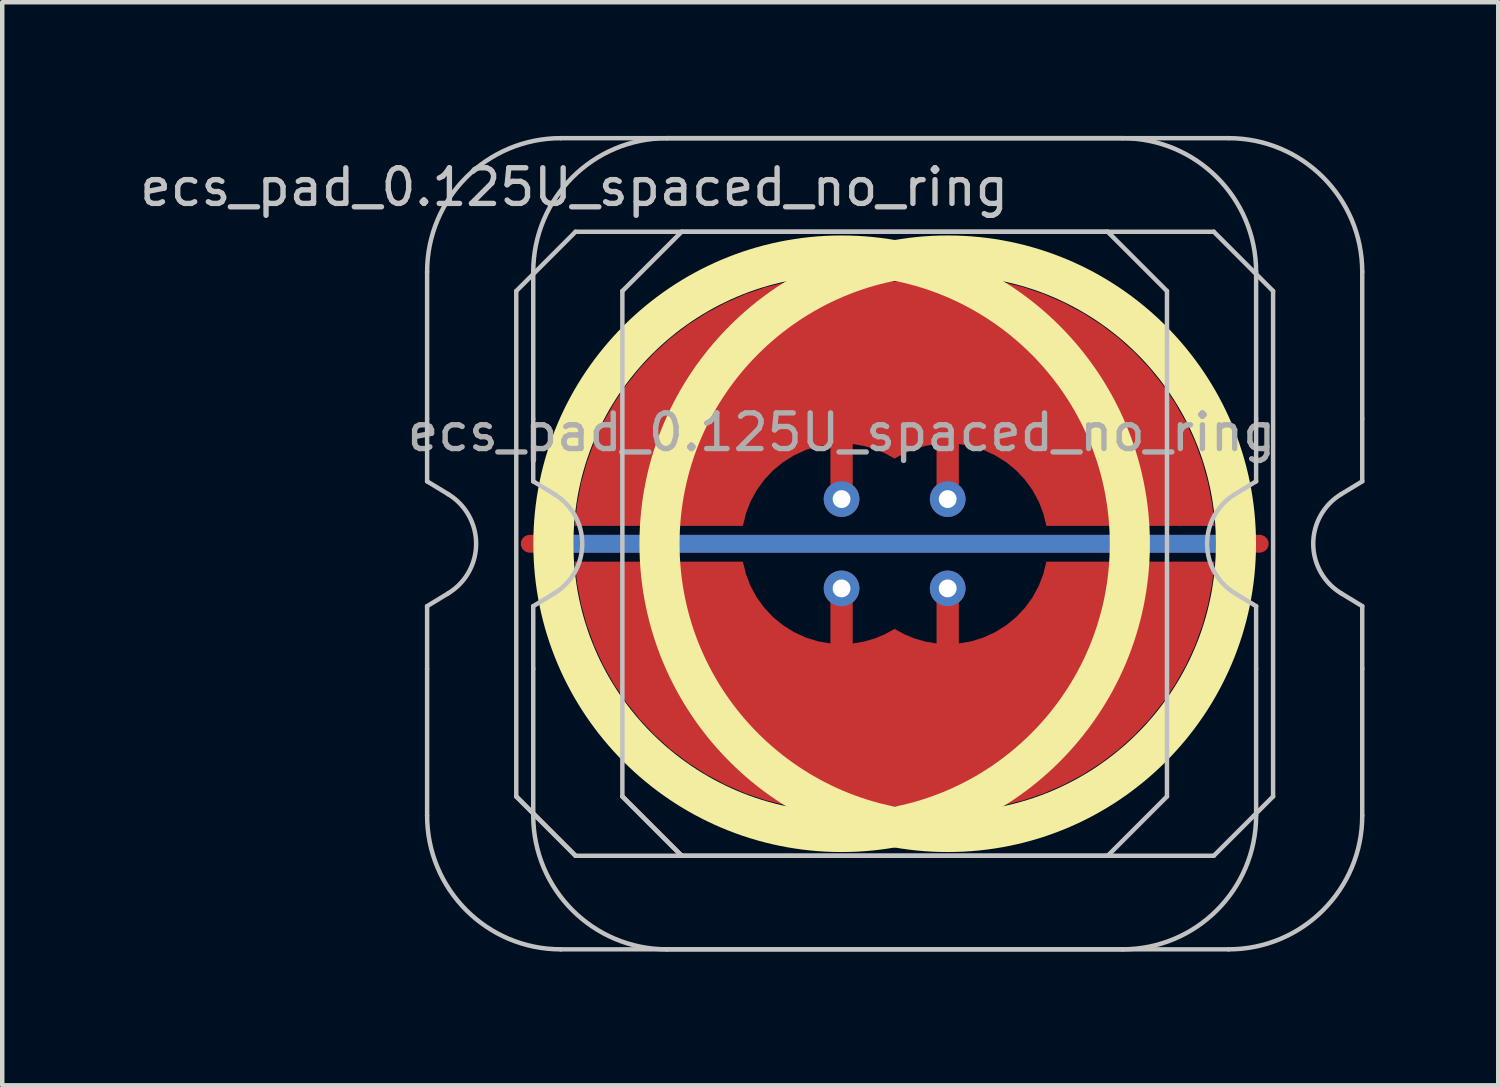
<source format=kicad_pcb>
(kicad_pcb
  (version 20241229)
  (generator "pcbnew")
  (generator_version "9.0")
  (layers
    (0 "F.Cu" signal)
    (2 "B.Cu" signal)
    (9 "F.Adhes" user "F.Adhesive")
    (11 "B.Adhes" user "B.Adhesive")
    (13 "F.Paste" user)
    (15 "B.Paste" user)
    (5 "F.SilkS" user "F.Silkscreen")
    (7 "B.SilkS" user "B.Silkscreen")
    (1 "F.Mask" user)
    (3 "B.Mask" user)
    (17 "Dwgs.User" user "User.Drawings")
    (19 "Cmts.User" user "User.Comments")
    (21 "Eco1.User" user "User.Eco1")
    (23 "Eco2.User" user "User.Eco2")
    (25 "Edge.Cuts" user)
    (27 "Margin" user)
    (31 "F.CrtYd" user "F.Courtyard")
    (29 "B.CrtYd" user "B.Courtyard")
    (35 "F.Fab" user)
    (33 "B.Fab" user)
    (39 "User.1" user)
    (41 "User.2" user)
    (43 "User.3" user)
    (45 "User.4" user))
  (footprint "ecs_pad_0.125U_spaced_no_ring"
    (layer "F.Cu")
    (at 18.213 9.15)
    (property "Reference" "ecs_pad_0.125U_spaced_no_ring" (at -8.38 -8 0) (layer "Dwgs.User") (effects (font (size 0.8 0.8) (thickness 0.12))))
    (attr smd)
    (fp_circle (center -2.38 0) (end 4.087 0) (stroke (width 0.9) (type solid)) (fill no) (layer "F.SilkS"))
    (fp_circle (center 0.001 0) (end 6.468 0) (stroke (width 0.9) (type solid)) (fill no) (layer "F.SilkS"))
    (fp_line (start -11.68 -2.805) (end -11.68 -6.1) (stroke (width 0.1) (type solid)) (layer "Dwgs.User"))
    (fp_line (start -11.68 -1.4) (end -11.68 -2.805) (stroke (width 0.1) (type solid)) (layer "Dwgs.User"))
    (fp_line (start -11.68 1.4) (end -11.204 1.111) (stroke (width 0.1) (type solid)) (layer "Dwgs.User"))
    (fp_line (start -11.68 2.805) (end -11.68 1.4) (stroke (width 0.1) (type solid)) (layer "Dwgs.User"))
    (fp_line (start -11.68 6.1) (end -11.68 2.805) (stroke (width 0.1) (type solid)) (layer "Dwgs.User"))
    (fp_line (start -11.204 -1.111) (end -11.68 -1.4) (stroke (width 0.1) (type solid)) (layer "Dwgs.User"))
    (fp_line (start -9.68 -5.67) (end -8.35 -7) (stroke (width 0.1) (type solid)) (layer "Dwgs.User"))
    (fp_line (start -9.68 5.67) (end -9.68 -5.67) (stroke (width 0.1) (type solid)) (layer "Dwgs.User"))
    (fp_line (start -9.68 5.67) (end -8.35 7) (stroke (width 0.1) (type solid)) (layer "Dwgs.User"))
    (fp_line (start -9.299 -2.805) (end -9.299 -6.1) (stroke (width 0.1) (type solid)) (layer "Dwgs.User"))
    (fp_line (start -9.299 -1.4) (end -9.299 -2.805) (stroke (width 0.1) (type solid)) (layer "Dwgs.User"))
    (fp_line (start -9.299 1.4) (end -8.823 1.111) (stroke (width 0.1) (type solid)) (layer "Dwgs.User"))
    (fp_line (start -9.299 2.805) (end -9.299 1.4) (stroke (width 0.1) (type solid)) (layer "Dwgs.User"))
    (fp_line (start -9.299 6.1) (end -9.299 2.805) (stroke (width 0.1) (type solid)) (layer "Dwgs.User"))
    (fp_line (start -8.823 -1.111) (end -9.299 -1.4) (stroke (width 0.1) (type solid)) (layer "Dwgs.User"))
    (fp_line (start -8.68 -9.1) (end 3.92 -9.1) (stroke (width 0.1) (type solid)) (layer "Dwgs.User"))
    (fp_line (start -8.35 -7) (end 3.59 -7) (stroke (width 0.1) (type solid)) (layer "Dwgs.User"))
    (fp_line (start -8.35 7) (end -9.68 5.67) (stroke (width 0.1) (type solid)) (layer "Dwgs.User"))
    (fp_line (start -7.299 -5.67) (end -5.969 -7) (stroke (width 0.1) (type solid)) (layer "Dwgs.User"))
    (fp_line (start -7.299 5.67) (end -7.299 -5.67) (stroke (width 0.1) (type solid)) (layer "Dwgs.User"))
    (fp_line (start -7.299 5.67) (end -5.969 7) (stroke (width 0.1) (type solid)) (layer "Dwgs.User"))
    (fp_line (start -6.299 -9.1) (end 6.301 -9.1) (stroke (width 0.1) (type solid)) (layer "Dwgs.User"))
    (fp_line (start -5.969 -7) (end 5.971 -7) (stroke (width 0.1) (type solid)) (layer "Dwgs.User"))
    (fp_line (start -5.969 7) (end -7.299 5.67) (stroke (width 0.1) (type solid)) (layer "Dwgs.User"))
    (fp_line (start 3.59 -7) (end 4.92 -5.67) (stroke (width 0.1) (type solid)) (layer "Dwgs.User"))
    (fp_line (start 3.59 7) (end -8.35 7) (stroke (width 0.1) (type solid)) (layer "Dwgs.User"))
    (fp_line (start 3.92 9.1) (end -8.68 9.1) (stroke (width 0.1) (type solid)) (layer "Dwgs.User"))
    (fp_line (start 4.92 -5.67) (end 4.92 5.67) (stroke (width 0.1) (type solid)) (layer "Dwgs.User"))
    (fp_line (start 4.92 5.67) (end 3.59 7) (stroke (width 0.1) (type solid)) (layer "Dwgs.User"))
    (fp_line (start 5.971 -7) (end 7.301 -5.67) (stroke (width 0.1) (type solid)) (layer "Dwgs.User"))
    (fp_line (start 5.971 7) (end -5.969 7) (stroke (width 0.1) (type solid)) (layer "Dwgs.User"))
    (fp_line (start 6.301 9.1) (end -6.299 9.1) (stroke (width 0.1) (type solid)) (layer "Dwgs.User"))
    (fp_line (start 6.444 1.111) (end 6.92 1.4) (stroke (width 0.1) (type solid)) (layer "Dwgs.User"))
    (fp_line (start 6.92 -6.1) (end 6.92 -2.805) (stroke (width 0.1) (type solid)) (layer "Dwgs.User"))
    (fp_line (start 6.92 -2.805) (end 6.92 -1.4) (stroke (width 0.1) (type solid)) (layer "Dwgs.User"))
    (fp_line (start 6.92 -1.4) (end 6.444 -1.111) (stroke (width 0.1) (type solid)) (layer "Dwgs.User"))
    (fp_line (start 6.92 1.4) (end 6.92 2.805) (stroke (width 0.1) (type solid)) (layer "Dwgs.User"))
    (fp_line (start 6.92 2.805) (end 6.92 6.1) (stroke (width 0.1) (type solid)) (layer "Dwgs.User"))
    (fp_line (start 7.301 -5.67) (end 7.301 5.67) (stroke (width 0.1) (type solid)) (layer "Dwgs.User"))
    (fp_line (start 7.301 5.67) (end 5.971 7) (stroke (width 0.1) (type solid)) (layer "Dwgs.User"))
    (fp_line (start 8.826 1.111) (end 9.301 1.4) (stroke (width 0.1) (type solid)) (layer "Dwgs.User"))
    (fp_line (start 9.301 -6.1) (end 9.301 -2.805) (stroke (width 0.1) (type solid)) (layer "Dwgs.User"))
    (fp_line (start 9.301 -2.805) (end 9.301 -1.4) (stroke (width 0.1) (type solid)) (layer "Dwgs.User"))
    (fp_line (start 9.301 -1.4) (end 8.826 -1.111) (stroke (width 0.1) (type solid)) (layer "Dwgs.User"))
    (fp_line (start 9.301 1.4) (end 9.301 2.805) (stroke (width 0.1) (type solid)) (layer "Dwgs.User"))
    (fp_line (start 9.301 2.805) (end 9.301 6.1) (stroke (width 0.1) (type solid)) (layer "Dwgs.User"))
    (fp_arc (start -11.68 -6.1) (mid -10.80132 -8.22132) (end -8.68 -9.1) (stroke (width 0.1) (type solid)) (layer "Dwgs.User"))
    (fp_arc (start -11.204333 -1.110619) (mid -10.58 0) (end -11.204333 1.110619) (stroke (width 0.1) (type solid)) (layer "Dwgs.User"))
    (fp_arc (start -9.29875 -6.1) (mid -8.42007 -8.22132) (end -6.29875 -9.1) (stroke (width 0.1) (type solid)) (layer "Dwgs.User"))
    (fp_arc (start -8.823083 -1.110619) (mid -8.19875 0) (end -8.823083 1.110619) (stroke (width 0.1) (type solid)) (layer "Dwgs.User"))
    (fp_arc (start -8.68 9.1) (mid -10.80132 8.22132) (end -11.68 6.1) (stroke (width 0.1) (type solid)) (layer "Dwgs.User"))
    (fp_arc (start -6.29875 9.1) (mid -8.42007 8.22132) (end -9.29875 6.1) (stroke (width 0.1) (type solid)) (layer "Dwgs.User"))
    (fp_arc (start 3.92 -9.1) (mid 6.04132 -8.22132) (end 6.92 -6.1) (stroke (width 0.1) (type solid)) (layer "Dwgs.User"))
    (fp_arc (start 6.30125 -9.1) (mid 8.42257 -8.22132) (end 9.30125 -6.1) (stroke (width 0.1) (type solid)) (layer "Dwgs.User"))
    (fp_arc (start 6.444333 1.110619) (mid 5.82 0) (end 6.444333 -1.110619) (stroke (width 0.1) (type solid)) (layer "Dwgs.User"))
    (fp_arc (start 6.92 6.1) (mid 6.04132 8.22132) (end 3.92 9.1) (stroke (width 0.1) (type solid)) (layer "Dwgs.User"))
    (fp_arc (start 8.825583 1.110619) (mid 8.20125 0) (end 8.825583 -1.110619) (stroke (width 0.1) (type solid)) (layer "Dwgs.User"))
    (fp_arc (start 9.30125 6.1) (mid 8.42257 8.22132) (end 6.30125 9.1) (stroke (width 0.1) (type solid)) (layer "Dwgs.User"))
    (fp_text user "${REFERENCE}" (at -2.38 -2.5 0) (layer "F.Fab") (effects (font (size 0.8 0.8) (thickness 0.12))))
    (pad "1" thru_hole circle (at -2.381 -1.002) (size 0.8 0.8) (drill 0.4) (layers "*.Cu"))
    (pad "1" smd custom (at 0 -1.002) (size 0.204 0.204) (layers "F.Cu") (options (anchor circle)) (primitives (gr_poly (pts (xy -8.368 0.6) (xy -4.595 0.6) (xy -4.526 0.32) (xy -4.422 0.052) (xy -4.284 -0.201) (xy -4.115 -0.434) (xy -3.918 -0.644) (xy -3.695 -0.826) (xy -3.451 -0.979) (xy -3.19 -1.1) (xy -2.915 -1.186) (xy -2.631 -1.236) (xy -2.631 0) (xy -2.612 0.096) (xy -2.558 0.177) (xy -2.477 0.231) (xy -2.381 0.25) (xy -2.286 0.231) (xy -2.204 0.177) (xy -2.15 0.096) (xy -2.131 0) (xy -2.131 -1.236) (xy -1.884 -1.194) (xy -1.643 -1.125) (xy -1.411 -1.03) (xy -1.191 -0.909) (xy -0.971 -1.03) (xy -0.739 -1.125) (xy -0.497 -1.194) (xy -0.25 -1.236) (xy -0.25 0) (xy -0.231 0.096) (xy -0.177 0.177) (xy -0.096 0.231) (xy 0 0.25) (xy 0.096 0.231) (xy 0.177 0.177) (xy 0.231 0.096) (xy 0.25 0) (xy 0.25 -1.236) (xy 0.534 -1.186) (xy 0.808 -1.1) (xy 1.07 -0.979) (xy 1.314 -0.826) (xy 1.536 -0.644) (xy 1.734 -0.434) (xy 1.903 -0.201) (xy 2.041 0.052) (xy 2.145 0.32) (xy 2.214 0.6) (xy 5.987 0.6) (xy 5.935 0.116) (xy 5.843 -0.362) (xy 5.714 -0.831) (xy 5.547 -1.288) (xy 5.343 -1.73) (xy 5.104 -2.154) (xy 4.832 -2.557) (xy 4.527 -2.937) (xy 4.193 -3.291) (xy 3.832 -3.617) (xy 3.445 -3.912) (xy 3.036 -4.175) (xy 2.606 -4.404) (xy 2.16 -4.598) (xy 1.699 -4.755) (xy 1.227 -4.873) (xy 0.747 -4.953) (xy 0.262 -4.994) (xy -0.225 -4.996) (xy -0.71 -4.958) (xy -1.191 -4.881) (xy -1.671 -4.958) (xy -2.156 -4.996) (xy -2.643 -4.994) (xy -3.128 -4.953) (xy -3.608 -4.873) (xy -4.08 -4.755) (xy -4.541 -4.598) (xy -4.987 -4.404) (xy -5.417 -4.175) (xy -5.826 -3.912) (xy -6.213 -3.617) (xy -6.575 -3.291) (xy -6.909 -2.937) (xy -7.213 -2.557) (xy -7.485 -2.154) (xy -7.724 -1.73) (xy -7.928 -1.288) (xy -8.095 -0.831) (xy -8.225 -0.362) (xy -8.316 0.116)) (width 0) (fill yes))))
    (pad "1" thru_hole circle (at 0 -1.002) (size 0.8 0.8) (drill 0.4) (layers "*.Cu"))
    (pad "2" thru_hole circle (at -2.381 1.002) (size 0.8 0.8) (drill 0.4) (layers "*.Cu"))
    (pad "2" smd custom (at 0 1.002) (size 0.204 0.204) (layers "F.Cu") (options (anchor circle)) (primitives (gr_poly (pts (xy -8.368 -0.6) (xy -4.595 -0.6) (xy -4.526 -0.32) (xy -4.422 -0.052) (xy -4.284 0.201) (xy -4.115 0.434) (xy -3.918 0.644) (xy -3.695 0.826) (xy -3.451 0.979) (xy -3.19 1.1) (xy -2.915 1.186) (xy -2.631 1.236) (xy -2.631 0) (xy -2.612 -0.096) (xy -2.558 -0.177) (xy -2.477 -0.231) (xy -2.381 -0.25) (xy -2.286 -0.231) (xy -2.204 -0.177) (xy -2.15 -0.096) (xy -2.131 0) (xy -2.131 1.236) (xy -1.884 1.194) (xy -1.643 1.125) (xy -1.411 1.03) (xy -1.191 0.909) (xy -0.971 1.03) (xy -0.739 1.125) (xy -0.497 1.194) (xy -0.25 1.236) (xy -0.25 0) (xy -0.231 -0.096) (xy -0.177 -0.177) (xy -0.096 -0.231) (xy 0 -0.25) (xy 0.096 -0.231) (xy 0.177 -0.177) (xy 0.231 -0.096) (xy 0.25 0) (xy 0.25 1.236) (xy 0.534 1.186) (xy 0.808 1.1) (xy 1.07 0.979) (xy 1.314 0.826) (xy 1.536 0.644) (xy 1.734 0.434) (xy 1.903 0.201) (xy 2.041 -0.052) (xy 2.145 -0.32) (xy 2.214 -0.6) (xy 5.987 -0.6) (xy 5.935 -0.116) (xy 5.843 0.362) (xy 5.714 0.831) (xy 5.547 1.288) (xy 5.343 1.73) (xy 5.104 2.154) (xy 4.832 2.557) (xy 4.527 2.937) (xy 4.193 3.291) (xy 3.832 3.617) (xy 3.445 3.912) (xy 3.036 4.175) (xy 2.606 4.404) (xy 2.16 4.598) (xy 1.699 4.755) (xy 1.227 4.873) (xy 0.747 4.953) (xy 0.262 4.994) (xy -0.225 4.996) (xy -0.71 4.958) (xy -1.191 4.881) (xy -1.671 4.958) (xy -2.156 4.996) (xy -2.643 4.994) (xy -3.128 4.953) (xy -3.608 4.873) (xy -4.08 4.755) (xy -4.541 4.598) (xy -4.987 4.404) (xy -5.417 4.175) (xy -5.826 3.912) (xy -6.213 3.617) (xy -6.575 3.291) (xy -6.909 2.937) (xy -7.213 2.557) (xy -7.485 2.154) (xy -7.724 1.73) (xy -7.928 1.288) (xy -8.095 0.831) (xy -8.225 0.362) (xy -8.316 -0.116)) (width 0) (fill yes))))
    (pad "2" thru_hole circle (at 0 1.002) (size 0.8 0.8) (drill 0.4) (layers "*.Cu"))
    (pad "3" smd custom (at -1.189 0 270) (size 0.4 0.4) (layers "F.Cu") (options (anchor rect)) (primitives (gr_line (start 0 -8.191) (end 0 8.191) (width 0.4))))
    (pad "3" smd custom (at -1.189 0 270) (size 0.4 0.4) (layers "B.Cu") (options (anchor rect)) (primitives (gr_line (start 0 -7.691) (end 0 7.691) (width 0.4))))
    (zone (net_name "") (layer "F.Cu") (hatch edge 0.508) (connect_pads) (min_thickness 0.254) (filled_areas_thickness no) (keepout (tracks allowed) (vias allowed) (pads allowed) (copperpour not_allowed) (footprints allowed)) (placement (enabled no)) (fill) (polygon (pts (xy 8.828 9.15) (xy 8.847 9.663) (xy 8.904 10.173) (xy 8.997 10.678) (xy 9.127 11.175) (xy 9.294 11.66) (xy 9.495 12.133) (xy 9.731 12.589) (xy 9.999 13.026) (xy 10.298 13.443) (xy 10.628 13.837) (xy 10.985 14.206) (xy 11.368 14.547) (xy 11.776 14.86) (xy 12.205 15.142) (xy 12.653 15.391) (xy 13.119 15.608) (xy 13.599 15.789) (xy 14.091 15.935) (xy 14.593 16.044) (xy 15.101 16.117) (xy 15.613 16.151) (xy 16.127 16.149) (xy 16.638 16.108) (xy 17.146 16.031) (xy 17.646 15.916) (xy 18.137 15.765) (xy 18.615 15.579) (xy 19.079 15.358) (xy 19.525 15.103) (xy 19.951 14.817) (xy 20.355 14.5) (xy 20.734 14.155) (xy 21.088 13.782) (xy 21.413 13.385) (xy 21.708 12.965) (xy 21.972 12.525) (xy 22.202 12.066) (xy 22.399 11.592) (xy 22.56 11.104) (xy 22.685 10.606) (xy 22.773 10.101) (xy 22.824 9.59) (xy 22.838 9.077) (xy 22.814 8.564) (xy 22.752 8.054) (xy 22.653 7.55) (xy 22.518 7.055) (xy 22.346 6.571) (xy 22.14 6.101) (xy 21.9 5.648) (xy 21.627 5.213) (xy 21.323 4.799) (xy 20.99 4.409) (xy 20.629 4.044) (xy 20.242 3.706) (xy 19.831 3.398) (xy 19.399 3.121) (xy 18.948 2.876) (xy 18.48 2.664) (xy 17.998 2.488) (xy 17.504 2.347) (xy 17.002 2.243) (xy 16.493 2.176) (xy 15.98 2.147) (xy 15.467 2.155) (xy 14.955 2.2) (xy 14.449 2.283) (xy 13.95 2.403) (xy 13.461 2.559) (xy 12.984 2.751) (xy 12.523 2.977) (xy 12.08 3.236) (xy 11.657 3.526) (xy 11.256 3.847) (xy 10.88 4.197) (xy 10.531 4.573) (xy 10.21 4.974) (xy 9.919 5.397) (xy 9.66 5.84) (xy 9.434 6.301) (xy 9.243 6.777) (xy 9.086 7.266) (xy 8.967 7.765) (xy 8.884 8.272) (xy 8.838 8.783))))
    (zone (net_name "") (layer "F.Cu") (hatch edge 0.508) (connect_pads) (min_thickness 0.254) (filled_areas_thickness no) (keepout (tracks allowed) (vias allowed) (pads allowed) (copperpour not_allowed) (footprints allowed)) (placement (enabled no)) (fill) (polygon (pts (xy 11.208 9.15) (xy 11.227 9.663) (xy 11.284 10.173) (xy 11.377 10.678) (xy 11.507 11.175) (xy 11.674 11.66) (xy 11.875 12.133) (xy 12.111 12.589) (xy 12.379 13.026) (xy 12.678 13.443) (xy 13.008 13.837) (xy 13.365 14.206) (xy 13.748 14.547) (xy 14.156 14.86) (xy 14.585 15.142) (xy 15.033 15.391) (xy 15.499 15.608) (xy 15.979 15.789) (xy 16.471 15.935) (xy 16.973 16.044) (xy 17.481 16.117) (xy 17.993 16.151) (xy 18.507 16.149) (xy 19.018 16.108) (xy 19.526 16.031) (xy 20.026 15.916) (xy 20.517 15.765) (xy 20.995 15.579) (xy 21.459 15.358) (xy 21.905 15.103) (xy 22.331 14.817) (xy 22.735 14.5) (xy 23.114 14.155) (xy 23.468 13.782) (xy 23.793 13.385) (xy 24.088 12.965) (xy 24.352 12.525) (xy 24.582 12.066) (xy 24.779 11.592) (xy 24.94 11.104) (xy 25.065 10.606) (xy 25.153 10.101) (xy 25.204 9.59) (xy 25.218 9.077) (xy 25.194 8.564) (xy 25.132 8.054) (xy 25.033 7.55) (xy 24.898 7.055) (xy 24.726 6.571) (xy 24.52 6.101) (xy 24.28 5.648) (xy 24.007 5.213) (xy 23.703 4.799) (xy 23.37 4.409) (xy 23.009 4.044) (xy 22.622 3.706) (xy 22.211 3.398) (xy 21.779 3.121) (xy 21.328 2.876) (xy 20.86 2.664) (xy 20.378 2.488) (xy 19.884 2.347) (xy 19.382 2.243) (xy 18.873 2.176) (xy 18.36 2.147) (xy 17.847 2.155) (xy 17.335 2.2) (xy 16.829 2.283) (xy 16.33 2.403) (xy 15.841 2.559) (xy 15.364 2.751) (xy 14.903 2.977) (xy 14.46 3.236) (xy 14.037 3.526) (xy 13.636 3.847) (xy 13.26 4.197) (xy 12.911 4.573) (xy 12.59 4.974) (xy 12.299 5.397) (xy 12.04 5.84) (xy 11.814 6.301) (xy 11.623 6.777) (xy 11.466 7.266) (xy 11.347 7.765) (xy 11.264 8.272) (xy 11.218 8.783))))
    (zone (net_name "") (layer "B.Cu") (hatch edge 0.508) (connect_pads) (min_thickness 0.254) (filled_areas_thickness no) (keepout (tracks allowed) (vias allowed) (pads allowed) (copperpour not_allowed) (footprints allowed)) (placement (enabled no)) (fill) (polygon (pts (xy 9.275 9.15) (xy 9.295 9.665) (xy 9.356 10.176) (xy 9.456 10.681) (xy 9.596 11.177) (xy 9.774 11.66) (xy 9.99 12.127) (xy 10.242 12.577) (xy 10.528 13.005) (xy 10.846 13.409) (xy 11.196 13.787) (xy 11.574 14.137) (xy 11.978 14.456) (xy 12.407 14.742) (xy 12.856 14.993) (xy 13.324 15.209) (xy 13.807 15.387) (xy 14.302 15.527) (xy 14.807 15.628) (xy 15.319 15.688) (xy 15.833 15.708) (xy 16.348 15.688) (xy 16.859 15.628) (xy 17.364 15.527) (xy 17.86 15.387) (xy 18.343 15.209) (xy 18.811 14.993) (xy 19.26 14.742) (xy 19.688 14.456) (xy 20.093 14.137) (xy 20.471 13.787) (xy 20.82 13.409) (xy 21.139 13.005) (xy 21.425 12.577) (xy 21.677 12.127) (xy 21.892 11.66) (xy 22.071 11.177) (xy 22.21 10.681) (xy 22.311 10.176) (xy 22.371 9.665) (xy 22.392 9.15) (xy 22.371 8.635) (xy 22.311 8.124) (xy 22.21 7.619) (xy 22.071 7.123) (xy 21.892 6.64) (xy 21.677 6.173) (xy 21.425 5.723) (xy 21.139 5.295) (xy 20.82 4.891) (xy 20.471 4.513) (xy 20.093 4.163) (xy 19.688 3.844) (xy 19.26 3.558) (xy 18.811 3.307) (xy 18.343 3.091) (xy 17.86 2.913) (xy 17.364 2.773) (xy 16.859 2.672) (xy 16.348 2.612) (xy 15.833 2.592) (xy 15.319 2.612) (xy 14.807 2.672) (xy 14.302 2.773) (xy 13.807 2.913) (xy 13.324 3.091) (xy 12.856 3.307) (xy 12.407 3.558) (xy 11.978 3.844) (xy 11.574 4.163) (xy 11.196 4.513) (xy 10.846 4.891) (xy 10.528 5.295) (xy 10.242 5.723) (xy 9.99 6.173) (xy 9.774 6.64) (xy 9.596 7.123) (xy 9.456 7.619) (xy 9.356 8.124) (xy 9.295 8.635))))
    (zone (net_name "") (layer "B.Cu") (hatch edge 0.508) (connect_pads) (min_thickness 0.254) (filled_areas_thickness no) (keepout (tracks allowed) (vias allowed) (pads allowed) (copperpour not_allowed) (footprints allowed)) (placement (enabled no)) (fill) (polygon (pts (xy 11.655 9.15) (xy 11.675 9.665) (xy 11.736 10.176) (xy 11.836 10.681) (xy 11.976 11.177) (xy 12.154 11.66) (xy 12.37 12.127) (xy 12.622 12.577) (xy 12.908 13.005) (xy 13.226 13.409) (xy 13.576 13.787) (xy 13.954 14.137) (xy 14.358 14.456) (xy 14.787 14.742) (xy 15.236 14.993) (xy 15.704 15.209) (xy 16.187 15.387) (xy 16.682 15.527) (xy 17.187 15.628) (xy 17.699 15.688) (xy 18.213 15.708) (xy 18.728 15.688) (xy 19.239 15.628) (xy 19.744 15.527) (xy 20.24 15.387) (xy 20.723 15.209) (xy 21.191 14.993) (xy 21.64 14.742) (xy 22.068 14.456) (xy 22.473 14.137) (xy 22.851 13.787) (xy 23.2 13.409) (xy 23.519 13.005) (xy 23.805 12.577) (xy 24.057 12.127) (xy 24.272 11.66) (xy 24.451 11.177) (xy 24.59 10.681) (xy 24.691 10.176) (xy 24.751 9.665) (xy 24.772 9.15) (xy 24.751 8.635) (xy 24.691 8.124) (xy 24.59 7.619) (xy 24.451 7.123) (xy 24.272 6.64) (xy 24.057 6.173) (xy 23.805 5.723) (xy 23.519 5.295) (xy 23.2 4.891) (xy 22.851 4.513) (xy 22.473 4.163) (xy 22.068 3.844) (xy 21.64 3.558) (xy 21.191 3.307) (xy 20.723 3.091) (xy 20.24 2.913) (xy 19.744 2.773) (xy 19.239 2.672) (xy 18.728 2.612) (xy 18.213 2.592) (xy 17.699 2.612) (xy 17.187 2.672) (xy 16.682 2.773) (xy 16.187 2.913) (xy 15.704 3.091) (xy 15.236 3.307) (xy 14.787 3.558) (xy 14.358 3.844) (xy 13.954 4.163) (xy 13.576 4.513) (xy 13.226 4.891) (xy 12.908 5.295) (xy 12.622 5.723) (xy 12.37 6.173) (xy 12.154 6.64) (xy 11.976 7.123) (xy 11.836 7.619) (xy 11.736 8.124) (xy 11.675 8.635)))))
  (gr_rect
    (start -3 -3)
    (end 30.565 21.3)
    (stroke (width 0.1) (type default))
    (fill no)
    (layer "Edge.Cuts")))
</source>
